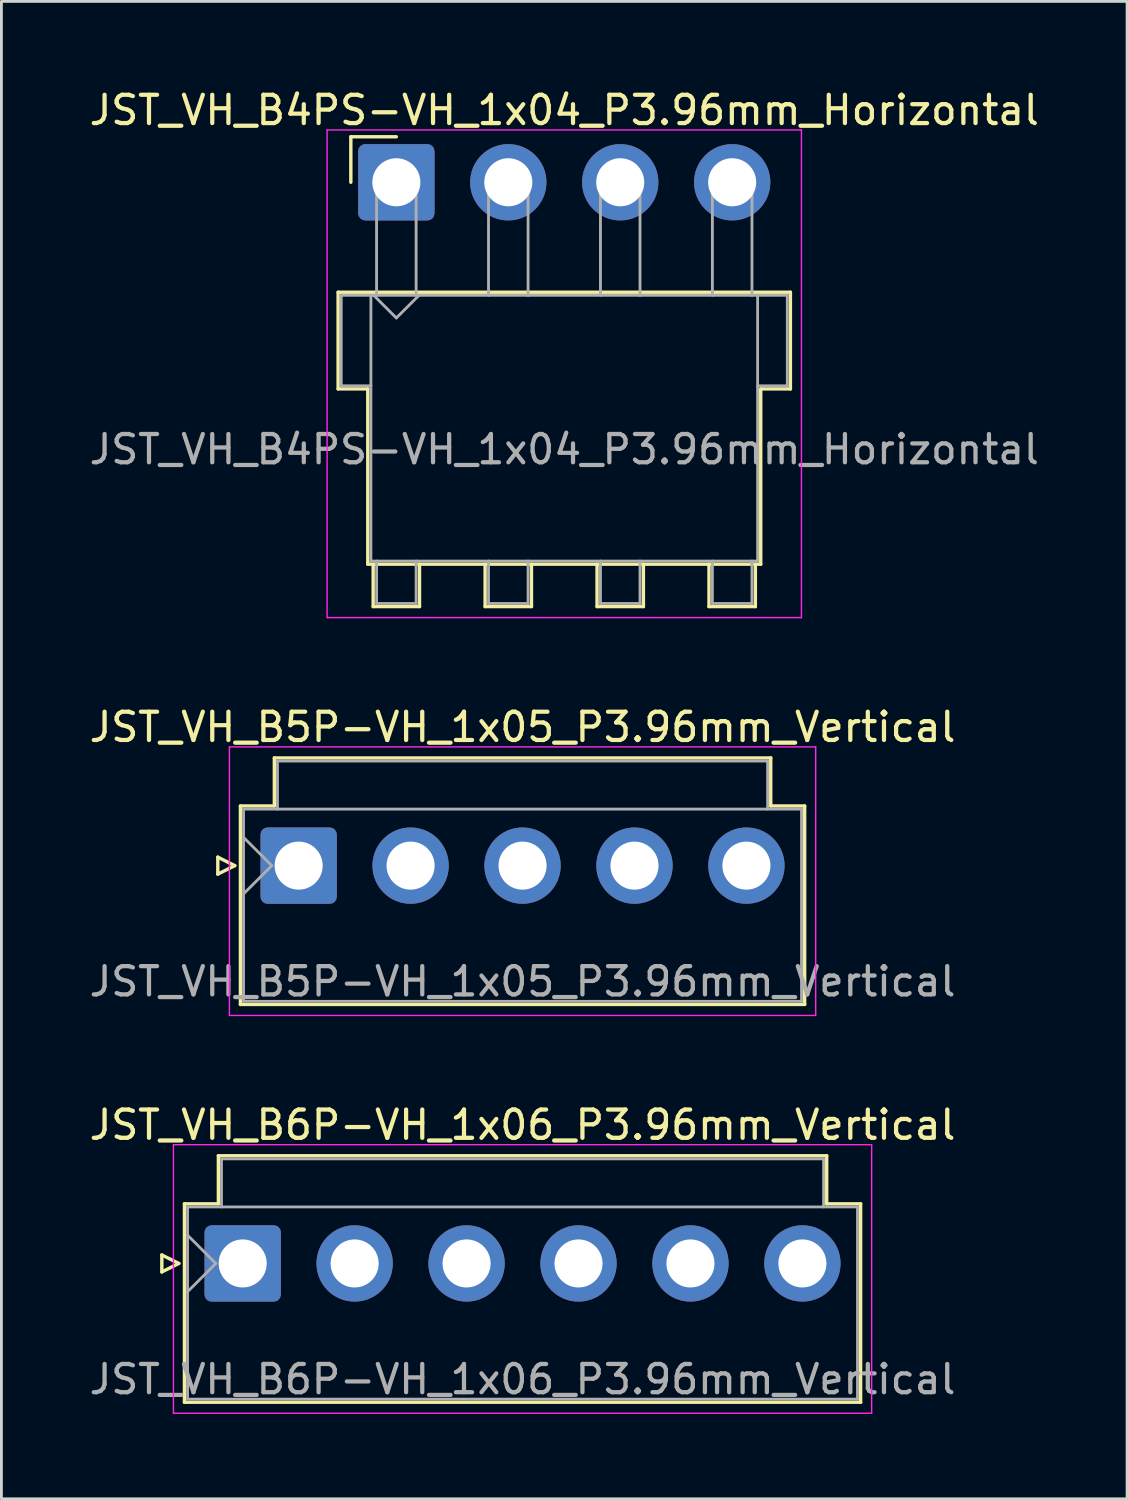
<source format=kicad_pcb>
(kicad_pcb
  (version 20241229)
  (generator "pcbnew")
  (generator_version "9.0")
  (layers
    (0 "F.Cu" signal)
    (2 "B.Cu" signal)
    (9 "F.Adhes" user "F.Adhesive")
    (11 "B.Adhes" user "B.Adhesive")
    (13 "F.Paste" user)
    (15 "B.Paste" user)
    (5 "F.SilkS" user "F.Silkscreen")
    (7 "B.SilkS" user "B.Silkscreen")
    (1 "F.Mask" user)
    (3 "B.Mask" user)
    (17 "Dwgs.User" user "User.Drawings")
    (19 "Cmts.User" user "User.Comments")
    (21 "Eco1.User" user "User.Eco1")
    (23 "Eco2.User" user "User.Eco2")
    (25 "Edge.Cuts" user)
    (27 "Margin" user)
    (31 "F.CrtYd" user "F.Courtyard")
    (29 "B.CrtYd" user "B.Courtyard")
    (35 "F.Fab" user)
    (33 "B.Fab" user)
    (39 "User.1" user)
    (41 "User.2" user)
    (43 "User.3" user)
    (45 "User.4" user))
  (footprint "JST_VH_B4PS-VH_1x04_P3.96mm_Horizontal"
    (layer "F.Cu")
    (at 10.971 3.398)
    (property "Reference" "JST_VH_B4PS-VH_1x04_P3.96mm_Horizontal" (at 5.94 -2.55 0) (layer "F.SilkS") (effects (font (size 1 1) (thickness 0.15))))
    (attr through_hole)
    (fp_line (start -2.06 3.89) (end 13.94 3.89) (stroke (width 0.12) (type solid)) (layer "F.SilkS"))
    (fp_line (start -2.06 7.31) (end -2.06 3.89) (stroke (width 0.12) (type solid)) (layer "F.SilkS"))
    (fp_line (start -1.61 -1.61) (end -1.61 0) (stroke (width 0.12) (type solid)) (layer "F.SilkS"))
    (fp_line (start -1.01 7.31) (end -2.06 7.31) (stroke (width 0.12) (type solid)) (layer "F.SilkS"))
    (fp_line (start -1.01 13.51) (end -1.01 7.31) (stroke (width 0.12) (type solid)) (layer "F.SilkS"))
    (fp_line (start -0.82 13.51) (end -0.82 15.01) (stroke (width 0.12) (type solid)) (layer "F.SilkS"))
    (fp_line (start -0.82 15.01) (end 0.82 15.01) (stroke (width 0.12) (type solid)) (layer "F.SilkS"))
    (fp_line (start 0 -1.61) (end -1.61 -1.61) (stroke (width 0.12) (type solid)) (layer "F.SilkS"))
    (fp_line (start 0.82 15.01) (end 0.82 13.51) (stroke (width 0.12) (type solid)) (layer "F.SilkS"))
    (fp_line (start 3.14 13.51) (end 3.14 15.01) (stroke (width 0.12) (type solid)) (layer "F.SilkS"))
    (fp_line (start 3.14 15.01) (end 4.78 15.01) (stroke (width 0.12) (type solid)) (layer "F.SilkS"))
    (fp_line (start 4.78 15.01) (end 4.78 13.51) (stroke (width 0.12) (type solid)) (layer "F.SilkS"))
    (fp_line (start 7.1 13.51) (end 7.1 15.01) (stroke (width 0.12) (type solid)) (layer "F.SilkS"))
    (fp_line (start 7.1 15.01) (end 8.74 15.01) (stroke (width 0.12) (type solid)) (layer "F.SilkS"))
    (fp_line (start 8.74 15.01) (end 8.74 13.51) (stroke (width 0.12) (type solid)) (layer "F.SilkS"))
    (fp_line (start 11.06 13.51) (end 11.06 15.01) (stroke (width 0.12) (type solid)) (layer "F.SilkS"))
    (fp_line (start 11.06 15.01) (end 12.7 15.01) (stroke (width 0.12) (type solid)) (layer "F.SilkS"))
    (fp_line (start 12.7 15.01) (end 12.7 13.51) (stroke (width 0.12) (type solid)) (layer "F.SilkS"))
    (fp_line (start 12.89 7.31) (end 12.89 13.51) (stroke (width 0.12) (type solid)) (layer "F.SilkS"))
    (fp_line (start 12.89 13.51) (end -1.01 13.51) (stroke (width 0.12) (type solid)) (layer "F.SilkS"))
    (fp_line (start 13.94 3.89) (end 13.94 7.31) (stroke (width 0.12) (type solid)) (layer "F.SilkS"))
    (fp_line (start 13.94 7.31) (end 12.89 7.31) (stroke (width 0.12) (type solid)) (layer "F.SilkS"))
    (fp_line (start -2.45 -1.85) (end -2.45 15.4) (stroke (width 0.05) (type solid)) (layer "F.CrtYd"))
    (fp_line (start -2.45 15.4) (end 14.33 15.4) (stroke (width 0.05) (type solid)) (layer "F.CrtYd"))
    (fp_line (start 14.33 -1.85) (end -2.45 -1.85) (stroke (width 0.05) (type solid)) (layer "F.CrtYd"))
    (fp_line (start 14.33 15.4) (end 14.33 -1.85) (stroke (width 0.05) (type solid)) (layer "F.CrtYd"))
    (fp_line (start -1.95 4) (end -0.9 4) (stroke (width 0.1) (type solid)) (layer "F.Fab"))
    (fp_line (start -1.95 7.2) (end -1.95 4) (stroke (width 0.1) (type solid)) (layer "F.Fab"))
    (fp_line (start -0.9 4) (end -0.9 13.4) (stroke (width 0.1) (type solid)) (layer "F.Fab"))
    (fp_line (start -0.9 7.2) (end -1.95 7.2) (stroke (width 0.1) (type solid)) (layer "F.Fab"))
    (fp_line (start -0.9 13.4) (end 12.78 13.4) (stroke (width 0.1) (type solid)) (layer "F.Fab"))
    (fp_line (start -0.8 4) (end 0 4.8) (stroke (width 0.1) (type solid)) (layer "F.Fab"))
    (fp_line (start -0.7 0) (end 0.7 0) (stroke (width 0.1) (type solid)) (layer "F.Fab"))
    (fp_line (start -0.7 4) (end -0.7 0) (stroke (width 0.1) (type solid)) (layer "F.Fab"))
    (fp_line (start -0.7 13.4) (end -0.7 14.9) (stroke (width 0.1) (type solid)) (layer "F.Fab"))
    (fp_line (start -0.7 14.9) (end 0.7 14.9) (stroke (width 0.1) (type solid)) (layer "F.Fab"))
    (fp_line (start 0 4.8) (end 0.8 4) (stroke (width 0.1) (type solid)) (layer "F.Fab"))
    (fp_line (start 0.7 0) (end 0.7 4) (stroke (width 0.1) (type solid)) (layer "F.Fab"))
    (fp_line (start 0.7 14.9) (end 0.7 13.4) (stroke (width 0.1) (type solid)) (layer "F.Fab"))
    (fp_line (start 3.26 0) (end 4.66 0) (stroke (width 0.1) (type solid)) (layer "F.Fab"))
    (fp_line (start 3.26 4) (end 3.26 0) (stroke (width 0.1) (type solid)) (layer "F.Fab"))
    (fp_line (start 3.26 13.4) (end 3.26 14.9) (stroke (width 0.1) (type solid)) (layer "F.Fab"))
    (fp_line (start 3.26 14.9) (end 4.66 14.9) (stroke (width 0.1) (type solid)) (layer "F.Fab"))
    (fp_line (start 4.66 0) (end 4.66 4) (stroke (width 0.1) (type solid)) (layer "F.Fab"))
    (fp_line (start 4.66 14.9) (end 4.66 13.4) (stroke (width 0.1) (type solid)) (layer "F.Fab"))
    (fp_line (start 7.22 0) (end 8.62 0) (stroke (width 0.1) (type solid)) (layer "F.Fab"))
    (fp_line (start 7.22 4) (end 7.22 0) (stroke (width 0.1) (type solid)) (layer "F.Fab"))
    (fp_line (start 7.22 13.4) (end 7.22 14.9) (stroke (width 0.1) (type solid)) (layer "F.Fab"))
    (fp_line (start 7.22 14.9) (end 8.62 14.9) (stroke (width 0.1) (type solid)) (layer "F.Fab"))
    (fp_line (start 8.62 0) (end 8.62 4) (stroke (width 0.1) (type solid)) (layer "F.Fab"))
    (fp_line (start 8.62 14.9) (end 8.62 13.4) (stroke (width 0.1) (type solid)) (layer "F.Fab"))
    (fp_line (start 11.18 0) (end 12.58 0) (stroke (width 0.1) (type solid)) (layer "F.Fab"))
    (fp_line (start 11.18 4) (end 11.18 0) (stroke (width 0.1) (type solid)) (layer "F.Fab"))
    (fp_line (start 11.18 13.4) (end 11.18 14.9) (stroke (width 0.1) (type solid)) (layer "F.Fab"))
    (fp_line (start 11.18 14.9) (end 12.58 14.9) (stroke (width 0.1) (type solid)) (layer "F.Fab"))
    (fp_line (start 12.58 0) (end 12.58 4) (stroke (width 0.1) (type solid)) (layer "F.Fab"))
    (fp_line (start 12.58 14.9) (end 12.58 13.4) (stroke (width 0.1) (type solid)) (layer "F.Fab"))
    (fp_line (start 12.78 4) (end -0.9 4) (stroke (width 0.1) (type solid)) (layer "F.Fab"))
    (fp_line (start 12.78 4) (end 13.83 4) (stroke (width 0.1) (type solid)) (layer "F.Fab"))
    (fp_line (start 12.78 13.4) (end 12.78 4) (stroke (width 0.1) (type solid)) (layer "F.Fab"))
    (fp_line (start 13.83 4) (end 13.83 7.2) (stroke (width 0.1) (type solid)) (layer "F.Fab"))
    (fp_line (start 13.83 7.2) (end 12.78 7.2) (stroke (width 0.1) (type solid)) (layer "F.Fab"))
    (fp_text user "${REFERENCE}" (at 5.94 9.45 0) (layer "F.Fab") (effects (font (size 1 1) (thickness 0.15))))
    (pad "1" thru_hole roundrect (at 0 0) (size 2.7 2.7) (drill 1.7) (layers "*.Cu" "*.Mask") (roundrect_rratio 0.093))
    (pad "2" thru_hole circle (at 3.96 0) (size 2.7 2.7) (drill 1.7) (layers "*.Cu" "*.Mask"))
    (pad "3" thru_hole circle (at 7.92 0) (size 2.7 2.7) (drill 1.7) (layers "*.Cu" "*.Mask"))
    (pad "4" thru_hole circle (at 11.88 0) (size 2.7 2.7) (drill 1.7) (layers "*.Cu" "*.Mask")))
  (footprint "JST_VH_B6P-VH_1x06_P3.96mm_Vertical"
    (layer "F.Cu")
    (at 5.535 41.645)
    (property "Reference" "JST_VH_B6P-VH_1x06_P3.96mm_Vertical" (at 9.9 -4.9 0) (layer "F.SilkS") (effects (font (size 1 1) (thickness 0.15))))
    (attr through_hole)
    (fp_line (start -2.86 -0.3) (end -2.26 0) (stroke (width 0.12) (type solid)) (layer "F.SilkS"))
    (fp_line (start -2.86 0.3) (end -2.86 -0.3) (stroke (width 0.12) (type solid)) (layer "F.SilkS"))
    (fp_line (start -2.26 0) (end -2.86 0.3) (stroke (width 0.12) (type solid)) (layer "F.SilkS"))
    (fp_line (start -2.06 -2.11) (end -0.86 -2.11) (stroke (width 0.12) (type solid)) (layer "F.SilkS"))
    (fp_line (start -2.06 4.91) (end -2.06 -2.11) (stroke (width 0.12) (type solid)) (layer "F.SilkS"))
    (fp_line (start -0.86 -3.81) (end 20.66 -3.81) (stroke (width 0.12) (type solid)) (layer "F.SilkS"))
    (fp_line (start -0.86 -2.11) (end -0.86 -3.81) (stroke (width 0.12) (type solid)) (layer "F.SilkS"))
    (fp_line (start 20.66 -3.81) (end 20.66 -2.11) (stroke (width 0.12) (type solid)) (layer "F.SilkS"))
    (fp_line (start 20.66 -2.11) (end 21.86 -2.11) (stroke (width 0.12) (type solid)) (layer "F.SilkS"))
    (fp_line (start 21.86 -2.11) (end 21.86 4.91) (stroke (width 0.12) (type solid)) (layer "F.SilkS"))
    (fp_line (start 21.86 4.91) (end -2.06 4.91) (stroke (width 0.12) (type solid)) (layer "F.SilkS"))
    (fp_line (start -2.45 -4.2) (end -2.45 5.3) (stroke (width 0.05) (type solid)) (layer "F.CrtYd"))
    (fp_line (start -2.45 5.3) (end 22.25 5.3) (stroke (width 0.05) (type solid)) (layer "F.CrtYd"))
    (fp_line (start 22.25 -4.2) (end -2.45 -4.2) (stroke (width 0.05) (type solid)) (layer "F.CrtYd"))
    (fp_line (start 22.25 5.3) (end 22.25 -4.2) (stroke (width 0.05) (type solid)) (layer "F.CrtYd"))
    (fp_line (start -1.95 -2) (end -1.95 4.8) (stroke (width 0.1) (type solid)) (layer "F.Fab"))
    (fp_line (start -1.95 -1) (end -0.95 0) (stroke (width 0.1) (type solid)) (layer "F.Fab"))
    (fp_line (start -1.95 1) (end -0.95 0) (stroke (width 0.1) (type solid)) (layer "F.Fab"))
    (fp_line (start -1.95 4.8) (end 21.75 4.8) (stroke (width 0.1) (type solid)) (layer "F.Fab"))
    (fp_line (start -0.75 -3.7) (end 20.55 -3.7) (stroke (width 0.1) (type solid)) (layer "F.Fab"))
    (fp_line (start -0.75 -2) (end -0.75 -3.7) (stroke (width 0.1) (type solid)) (layer "F.Fab"))
    (fp_line (start 20.55 -3.7) (end 20.55 -2) (stroke (width 0.1) (type solid)) (layer "F.Fab"))
    (fp_line (start 21.75 -2) (end -1.95 -2) (stroke (width 0.1) (type solid)) (layer "F.Fab"))
    (fp_line (start 21.75 4.8) (end 21.75 -2) (stroke (width 0.1) (type solid)) (layer "F.Fab"))
    (fp_text user "${REFERENCE}" (at 9.9 4.1 0) (layer "F.Fab") (effects (font (size 1 1) (thickness 0.15))))
    (pad "1" thru_hole roundrect (at 0 0) (size 2.7 2.7) (drill 1.7) (layers "*.Cu" "*.Mask") (roundrect_rratio 0.093))
    (pad "2" thru_hole circle (at 3.96 0) (size 2.7 2.7) (drill 1.7) (layers "*.Cu" "*.Mask"))
    (pad "3" thru_hole circle (at 7.92 0) (size 2.7 2.7) (drill 1.7) (layers "*.Cu" "*.Mask"))
    (pad "4" thru_hole circle (at 11.88 0) (size 2.7 2.7) (drill 1.7) (layers "*.Cu" "*.Mask"))
    (pad "5" thru_hole circle (at 15.84 0) (size 2.7 2.7) (drill 1.7) (layers "*.Cu" "*.Mask"))
    (pad "6" thru_hole circle (at 19.8 0) (size 2.7 2.7) (drill 1.7) (layers "*.Cu" "*.Mask")))
  (footprint "JST_VH_B5P-VH_1x05_P3.96mm_Vertical"
    (layer "F.Cu")
    (at 7.515 27.572)
    (property "Reference" "JST_VH_B5P-VH_1x05_P3.96mm_Vertical" (at 7.92 -4.9 0) (layer "F.SilkS") (effects (font (size 1 1) (thickness 0.15))))
    (attr through_hole)
    (fp_line (start -2.86 -0.3) (end -2.26 0) (stroke (width 0.12) (type solid)) (layer "F.SilkS"))
    (fp_line (start -2.86 0.3) (end -2.86 -0.3) (stroke (width 0.12) (type solid)) (layer "F.SilkS"))
    (fp_line (start -2.26 0) (end -2.86 0.3) (stroke (width 0.12) (type solid)) (layer "F.SilkS"))
    (fp_line (start -2.06 -2.11) (end -0.86 -2.11) (stroke (width 0.12) (type solid)) (layer "F.SilkS"))
    (fp_line (start -2.06 4.91) (end -2.06 -2.11) (stroke (width 0.12) (type solid)) (layer "F.SilkS"))
    (fp_line (start -0.86 -3.81) (end 16.7 -3.81) (stroke (width 0.12) (type solid)) (layer "F.SilkS"))
    (fp_line (start -0.86 -2.11) (end -0.86 -3.81) (stroke (width 0.12) (type solid)) (layer "F.SilkS"))
    (fp_line (start 16.7 -3.81) (end 16.7 -2.11) (stroke (width 0.12) (type solid)) (layer "F.SilkS"))
    (fp_line (start 16.7 -2.11) (end 17.9 -2.11) (stroke (width 0.12) (type solid)) (layer "F.SilkS"))
    (fp_line (start 17.9 -2.11) (end 17.9 4.91) (stroke (width 0.12) (type solid)) (layer "F.SilkS"))
    (fp_line (start 17.9 4.91) (end -2.06 4.91) (stroke (width 0.12) (type solid)) (layer "F.SilkS"))
    (fp_line (start -2.45 -4.2) (end -2.45 5.3) (stroke (width 0.05) (type solid)) (layer "F.CrtYd"))
    (fp_line (start -2.45 5.3) (end 18.29 5.3) (stroke (width 0.05) (type solid)) (layer "F.CrtYd"))
    (fp_line (start 18.29 -4.2) (end -2.45 -4.2) (stroke (width 0.05) (type solid)) (layer "F.CrtYd"))
    (fp_line (start 18.29 5.3) (end 18.29 -4.2) (stroke (width 0.05) (type solid)) (layer "F.CrtYd"))
    (fp_line (start -1.95 -2) (end -1.95 4.8) (stroke (width 0.1) (type solid)) (layer "F.Fab"))
    (fp_line (start -1.95 -1) (end -0.95 0) (stroke (width 0.1) (type solid)) (layer "F.Fab"))
    (fp_line (start -1.95 1) (end -0.95 0) (stroke (width 0.1) (type solid)) (layer "F.Fab"))
    (fp_line (start -1.95 4.8) (end 17.79 4.8) (stroke (width 0.1) (type solid)) (layer "F.Fab"))
    (fp_line (start -0.75 -3.7) (end 16.59 -3.7) (stroke (width 0.1) (type solid)) (layer "F.Fab"))
    (fp_line (start -0.75 -2) (end -0.75 -3.7) (stroke (width 0.1) (type solid)) (layer "F.Fab"))
    (fp_line (start 16.59 -3.7) (end 16.59 -2) (stroke (width 0.1) (type solid)) (layer "F.Fab"))
    (fp_line (start 17.79 -2) (end -1.95 -2) (stroke (width 0.1) (type solid)) (layer "F.Fab"))
    (fp_line (start 17.79 4.8) (end 17.79 -2) (stroke (width 0.1) (type solid)) (layer "F.Fab"))
    (fp_text user "${REFERENCE}" (at 7.92 4.1 0) (layer "F.Fab") (effects (font (size 1 1) (thickness 0.15))))
    (pad "1" thru_hole roundrect (at 0 0) (size 2.7 2.7) (drill 1.7) (layers "*.Cu" "*.Mask") (roundrect_rratio 0.093))
    (pad "2" thru_hole circle (at 3.96 0) (size 2.7 2.7) (drill 1.7) (layers "*.Cu" "*.Mask"))
    (pad "3" thru_hole circle (at 7.92 0) (size 2.7 2.7) (drill 1.7) (layers "*.Cu" "*.Mask"))
    (pad "4" thru_hole circle (at 11.88 0) (size 2.7 2.7) (drill 1.7) (layers "*.Cu" "*.Mask"))
    (pad "5" thru_hole circle (at 15.84 0) (size 2.7 2.7) (drill 1.7) (layers "*.Cu" "*.Mask")))
  (gr_rect
    (start -3 -3)
    (end 36.821 49.97)
    (stroke (width 0.1) (type default))
    (fill no)
    (layer "Edge.Cuts")))
</source>
